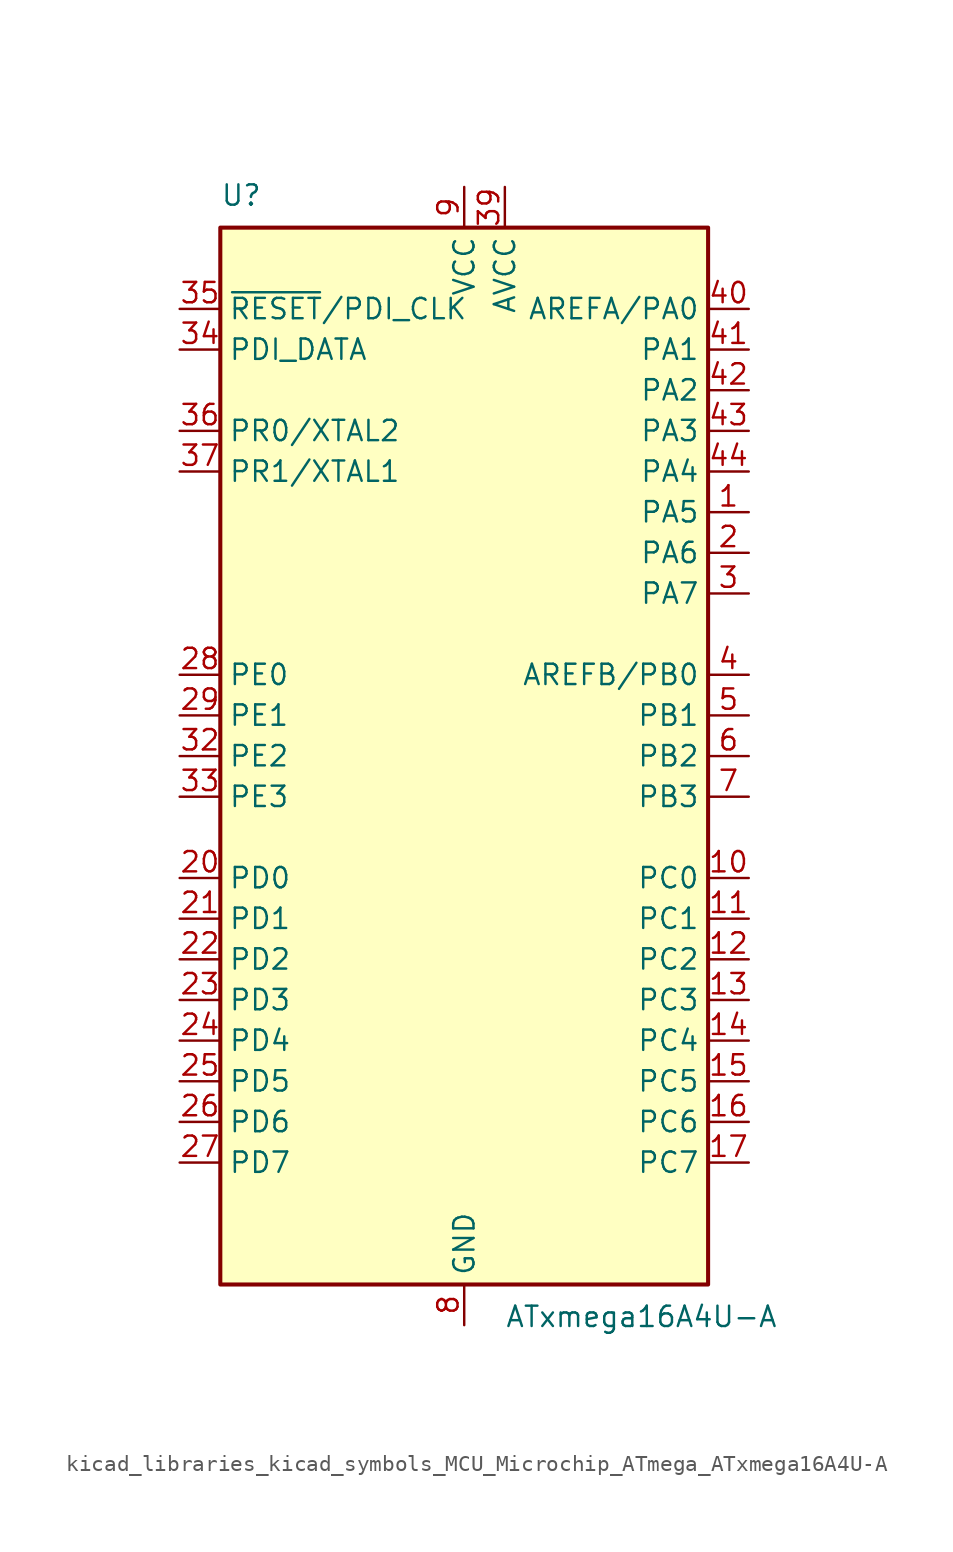
<source format=kicad_sym>
(kicad_symbol_lib
  (version 20220914)
  (generator kicad_symbol_editor)
  (symbol "kicad_libraries_kicad_symbols_MCU_Microchip_ATmega_ATxmega16A4U-A"
    (property "Reference" "U"
      (at -15.24 34.29 0)
      (effects (font (size 1.27 1.27)) (justify left bottom)))
    (property "Value" "ATxmega16A4U-A"
      (at 2.54 -34.29 0)
      (effects (font (size 1.27 1.27)) (justify left top)))
    (symbol "kicad_libraries_kicad_symbols_MCU_Microchip_ATmega_ATxmega16A4U-A_0_1"
      (rectangle (start -15.24 -33.02) (end 15.24 33.02) (stroke (width 0.254) (type default)) (fill (type background))))
    (symbol "kicad_libraries_kicad_symbols_MCU_Microchip_ATmega_ATxmega16A4U-A_1_1"
      (pin bidirectional line (at 17.78 15.24 180) (length 2.54) (name "PA5" (effects (font (size 1.27 1.27)))) (number "1" (effects (font (size 1.27 1.27)))))
      (pin bidirectional line (at 17.78 -7.62 180) (length 2.54) (name "PC0" (effects (font (size 1.27 1.27)))) (number "10" (effects (font (size 1.27 1.27)))))
      (pin bidirectional line (at 17.78 -10.16 180) (length 2.54) (name "PC1" (effects (font (size 1.27 1.27)))) (number "11" (effects (font (size 1.27 1.27)))))
      (pin bidirectional line (at 17.78 -12.7 180) (length 2.54) (name "PC2" (effects (font (size 1.27 1.27)))) (number "12" (effects (font (size 1.27 1.27)))))
      (pin bidirectional line (at 17.78 -15.24 180) (length 2.54) (name "PC3" (effects (font (size 1.27 1.27)))) (number "13" (effects (font (size 1.27 1.27)))))
      (pin bidirectional line (at 17.78 -17.78 180) (length 2.54) (name "PC4" (effects (font (size 1.27 1.27)))) (number "14" (effects (font (size 1.27 1.27)))))
      (pin bidirectional line (at 17.78 -20.32 180) (length 2.54) (name "PC5" (effects (font (size 1.27 1.27)))) (number "15" (effects (font (size 1.27 1.27)))))
      (pin bidirectional line (at 17.78 -22.86 180) (length 2.54) (name "PC6" (effects (font (size 1.27 1.27)))) (number "16" (effects (font (size 1.27 1.27)))))
      (pin bidirectional line (at 17.78 -25.4 180) (length 2.54) (name "PC7" (effects (font (size 1.27 1.27)))) (number "17" (effects (font (size 1.27 1.27)))))
      (pin passive line (at 0 -35.56 90) (length 2.54) hide (name "GND" (effects (font (size 1.27 1.27)))) (number "18" (effects (font (size 1.27 1.27)))))
      (pin passive line (at 0 35.56 270) (length 2.54) hide (name "VCC" (effects (font (size 1.27 1.27)))) (number "19" (effects (font (size 1.27 1.27)))))
      (pin bidirectional line (at 17.78 12.7 180) (length 2.54) (name "PA6" (effects (font (size 1.27 1.27)))) (number "2" (effects (font (size 1.27 1.27)))))
      (pin bidirectional line (at -17.78 -7.62 0) (length 2.54) (name "PD0" (effects (font (size 1.27 1.27)))) (number "20" (effects (font (size 1.27 1.27)))))
      (pin bidirectional line (at -17.78 -10.16 0) (length 2.54) (name "PD1" (effects (font (size 1.27 1.27)))) (number "21" (effects (font (size 1.27 1.27)))))
      (pin bidirectional line (at -17.78 -12.7 0) (length 2.54) (name "PD2" (effects (font (size 1.27 1.27)))) (number "22" (effects (font (size 1.27 1.27)))))
      (pin bidirectional line (at -17.78 -15.24 0) (length 2.54) (name "PD3" (effects (font (size 1.27 1.27)))) (number "23" (effects (font (size 1.27 1.27)))))
      (pin bidirectional line (at -17.78 -17.78 0) (length 2.54) (name "PD4" (effects (font (size 1.27 1.27)))) (number "24" (effects (font (size 1.27 1.27)))))
      (pin bidirectional line (at -17.78 -20.32 0) (length 2.54) (name "PD5" (effects (font (size 1.27 1.27)))) (number "25" (effects (font (size 1.27 1.27)))))
      (pin bidirectional line (at -17.78 -22.86 0) (length 2.54) (name "PD6" (effects (font (size 1.27 1.27)))) (number "26" (effects (font (size 1.27 1.27)))))
      (pin bidirectional line (at -17.78 -25.4 0) (length 2.54) (name "PD7" (effects (font (size 1.27 1.27)))) (number "27" (effects (font (size 1.27 1.27)))))
      (pin bidirectional line (at -17.78 5.08 0) (length 2.54) (name "PE0" (effects (font (size 1.27 1.27)))) (number "28" (effects (font (size 1.27 1.27)))))
      (pin bidirectional line (at -17.78 2.54 0) (length 2.54) (name "PE1" (effects (font (size 1.27 1.27)))) (number "29" (effects (font (size 1.27 1.27)))))
      (pin bidirectional line (at 17.78 10.16 180) (length 2.54) (name "PA7" (effects (font (size 1.27 1.27)))) (number "3" (effects (font (size 1.27 1.27)))))
      (pin passive line (at 0 -35.56 90) (length 2.54) hide (name "GND" (effects (font (size 1.27 1.27)))) (number "30" (effects (font (size 1.27 1.27)))))
      (pin passive line (at 0 35.56 270) (length 2.54) hide (name "VCC" (effects (font (size 1.27 1.27)))) (number "31" (effects (font (size 1.27 1.27)))))
      (pin bidirectional line (at -17.78 0 0) (length 2.54) (name "PE2" (effects (font (size 1.27 1.27)))) (number "32" (effects (font (size 1.27 1.27)))))
      (pin bidirectional line (at -17.78 -2.54 0) (length 2.54) (name "PE3" (effects (font (size 1.27 1.27)))) (number "33" (effects (font (size 1.27 1.27)))))
      (pin bidirectional line (at -17.78 25.4 0) (length 2.54) (name "PDI_DATA" (effects (font (size 1.27 1.27)))) (number "34" (effects (font (size 1.27 1.27)))))
      (pin input line (at -17.78 27.94 0) (length 2.54) (name "~{RESET}/PDI_CLK" (effects (font (size 1.27 1.27)))) (number "35" (effects (font (size 1.27 1.27)))))
      (pin bidirectional line (at -17.78 20.32 0) (length 2.54) (name "PR0/XTAL2" (effects (font (size 1.27 1.27)))) (number "36" (effects (font (size 1.27 1.27)))))
      (pin bidirectional line (at -17.78 17.78 0) (length 2.54) (name "PR1/XTAL1" (effects (font (size 1.27 1.27)))) (number "37" (effects (font (size 1.27 1.27)))))
      (pin passive line (at 0 -35.56 90) (length 2.54) hide (name "GND" (effects (font (size 1.27 1.27)))) (number "38" (effects (font (size 1.27 1.27)))))
      (pin power_in line (at 2.54 35.56 270) (length 2.54) (name "AVCC" (effects (font (size 1.27 1.27)))) (number "39" (effects (font (size 1.27 1.27)))))
      (pin bidirectional line (at 17.78 5.08 180) (length 2.54) (name "AREFB/PB0" (effects (font (size 1.27 1.27)))) (number "4" (effects (font (size 1.27 1.27)))))
      (pin bidirectional line (at 17.78 27.94 180) (length 2.54) (name "AREFA/PA0" (effects (font (size 1.27 1.27)))) (number "40" (effects (font (size 1.27 1.27)))))
      (pin bidirectional line (at 17.78 25.4 180) (length 2.54) (name "PA1" (effects (font (size 1.27 1.27)))) (number "41" (effects (font (size 1.27 1.27)))))
      (pin bidirectional line (at 17.78 22.86 180) (length 2.54) (name "PA2" (effects (font (size 1.27 1.27)))) (number "42" (effects (font (size 1.27 1.27)))))
      (pin bidirectional line (at 17.78 20.32 180) (length 2.54) (name "PA3" (effects (font (size 1.27 1.27)))) (number "43" (effects (font (size 1.27 1.27)))))
      (pin bidirectional line (at 17.78 17.78 180) (length 2.54) (name "PA4" (effects (font (size 1.27 1.27)))) (number "44" (effects (font (size 1.27 1.27)))))
      (pin bidirectional line (at 17.78 2.54 180) (length 2.54) (name "PB1" (effects (font (size 1.27 1.27)))) (number "5" (effects (font (size 1.27 1.27)))))
      (pin bidirectional line (at 17.78 0 180) (length 2.54) (name "PB2" (effects (font (size 1.27 1.27)))) (number "6" (effects (font (size 1.27 1.27)))))
      (pin bidirectional line (at 17.78 -2.54 180) (length 2.54) (name "PB3" (effects (font (size 1.27 1.27)))) (number "7" (effects (font (size 1.27 1.27)))))
      (pin power_in line (at 0 -35.56 90) (length 2.54) (name "GND" (effects (font (size 1.27 1.27)))) (number "8" (effects (font (size 1.27 1.27)))))
      (pin power_in line (at 0 35.56 270) (length 2.54) (name "VCC" (effects (font (size 1.27 1.27)))) (number "9" (effects (font (size 1.27 1.27))))))))
</source>
